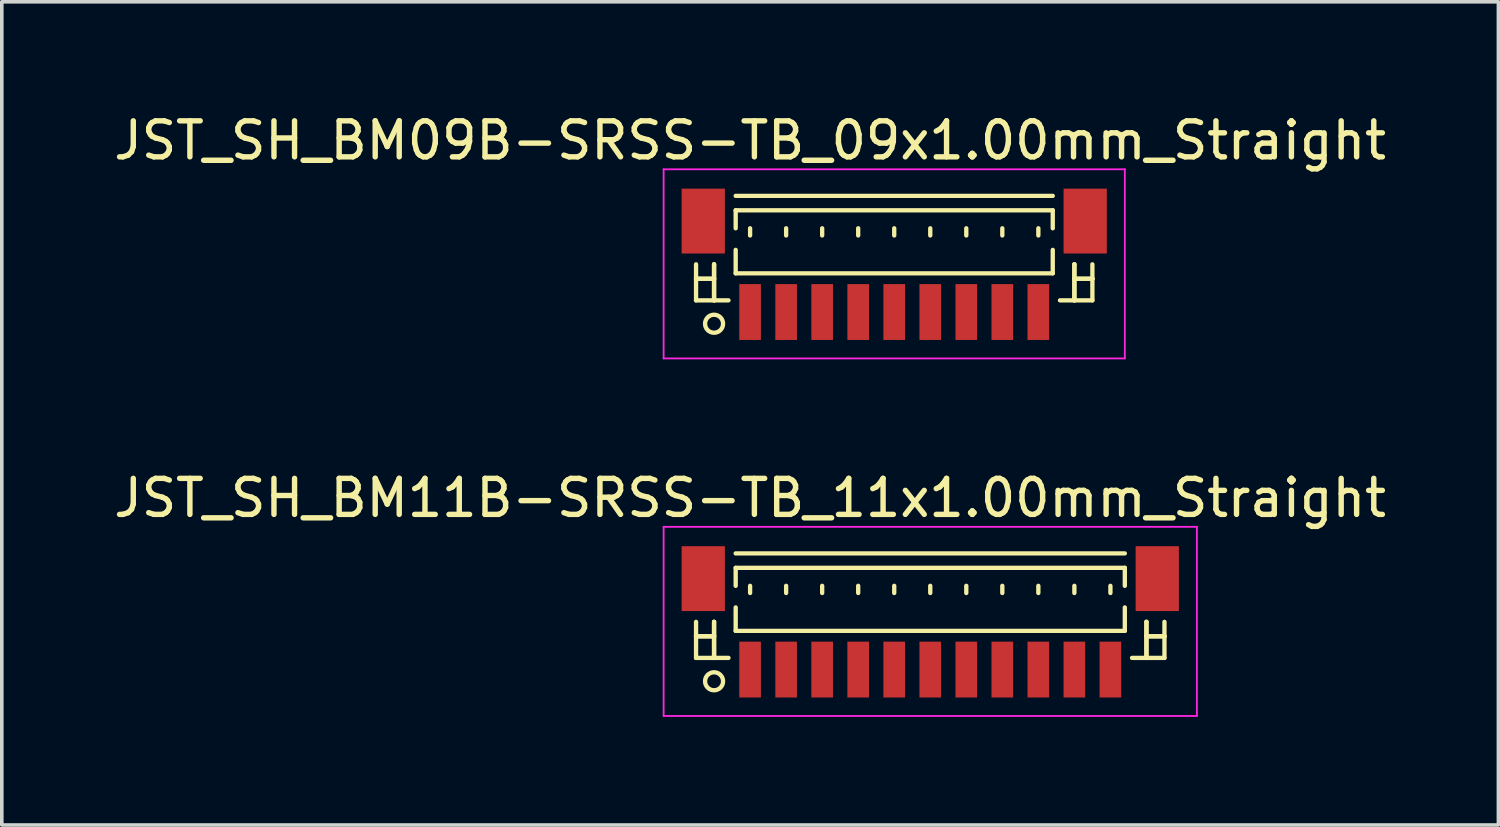
<source format=kicad_pcb>
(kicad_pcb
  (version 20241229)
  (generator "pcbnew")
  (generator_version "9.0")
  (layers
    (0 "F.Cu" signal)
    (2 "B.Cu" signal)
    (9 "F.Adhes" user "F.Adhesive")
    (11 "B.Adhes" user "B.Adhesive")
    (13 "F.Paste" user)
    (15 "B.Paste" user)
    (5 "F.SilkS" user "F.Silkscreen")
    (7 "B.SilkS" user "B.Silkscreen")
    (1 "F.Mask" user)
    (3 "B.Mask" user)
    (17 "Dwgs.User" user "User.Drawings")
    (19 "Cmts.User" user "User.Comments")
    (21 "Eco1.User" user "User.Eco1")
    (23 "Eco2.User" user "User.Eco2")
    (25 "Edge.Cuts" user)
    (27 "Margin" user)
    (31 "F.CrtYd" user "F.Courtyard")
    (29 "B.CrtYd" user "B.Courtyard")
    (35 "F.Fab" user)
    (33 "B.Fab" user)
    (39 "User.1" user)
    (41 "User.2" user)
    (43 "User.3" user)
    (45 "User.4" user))
  (footprint "JST_SH_BM09B-SRSS-TB_09x1.00mm_Straight"
    (layer "F.Cu")
    (at 21.768 4.348)
    (property "Reference" "JST_SH_BM09B-SRSS-TB_09x1.00mm_Straight" (at -4 -3.5 0) (layer "F.SilkS") (effects (font (size 1 1) (thickness 0.15))))
    (attr smd)
    (fp_line (start -5.5 -0.062) (end -5.5 0.938) (stroke (width 0.12) (type solid)) (layer "F.SilkS"))
    (fp_line (start -5.5 0.338) (end -5.5 0.338) (stroke (width 0.12) (type solid)) (layer "F.SilkS"))
    (fp_line (start -5.5 0.338) (end -5 0.338) (stroke (width 0.12) (type solid)) (layer "F.SilkS"))
    (fp_line (start -5.5 0.938) (end -4.6 0.938) (stroke (width 0.12) (type solid)) (layer "F.SilkS"))
    (fp_line (start -5 -0.062) (end -5 -0.062) (stroke (width 0.12) (type solid)) (layer "F.SilkS"))
    (fp_line (start -5 -0.062) (end -5 0.938) (stroke (width 0.12) (type solid)) (layer "F.SilkS"))
    (fp_line (start -5 0.338) (end -5.5 0.338) (stroke (width 0.12) (type solid)) (layer "F.SilkS"))
    (fp_line (start -5 0.338) (end -5 0.338) (stroke (width 0.12) (type solid)) (layer "F.SilkS"))
    (fp_line (start -5 0.938) (end -5 -0.062) (stroke (width 0.12) (type solid)) (layer "F.SilkS"))
    (fp_line (start -5 0.938) (end -5 0.938) (stroke (width 0.12) (type solid)) (layer "F.SilkS"))
    (fp_line (start -4.4 -1.962) (end 4.4 -1.962) (stroke (width 0.12) (type solid)) (layer "F.SilkS"))
    (fp_line (start -4.4 -1.562) (end 4.4 -1.562) (stroke (width 0.12) (type solid)) (layer "F.SilkS"))
    (fp_line (start -4.4 -1.062) (end -4.4 -1.562) (stroke (width 0.12) (type solid)) (layer "F.SilkS"))
    (fp_line (start -4.4 -0.463) (end -4.4 0.188) (stroke (width 0.12) (type solid)) (layer "F.SilkS"))
    (fp_line (start -4.4 0.188) (end 4.4 0.188) (stroke (width 0.12) (type solid)) (layer "F.SilkS"))
    (fp_line (start -4 -1.062) (end -4 -0.863) (stroke (width 0.12) (type solid)) (layer "F.SilkS"))
    (fp_line (start -3 -1.062) (end -3 -0.863) (stroke (width 0.12) (type solid)) (layer "F.SilkS"))
    (fp_line (start -2 -1.062) (end -2 -0.863) (stroke (width 0.12) (type solid)) (layer "F.SilkS"))
    (fp_line (start -1 -1.062) (end -1 -0.863) (stroke (width 0.12) (type solid)) (layer "F.SilkS"))
    (fp_line (start 0 -1.062) (end 0 -0.863) (stroke (width 0.12) (type solid)) (layer "F.SilkS"))
    (fp_line (start 1 -1.062) (end 1 -0.863) (stroke (width 0.12) (type solid)) (layer "F.SilkS"))
    (fp_line (start 2 -1.062) (end 2 -0.863) (stroke (width 0.12) (type solid)) (layer "F.SilkS"))
    (fp_line (start 3 -1.062) (end 3 -0.863) (stroke (width 0.12) (type solid)) (layer "F.SilkS"))
    (fp_line (start 4 -1.062) (end 4 -0.863) (stroke (width 0.12) (type solid)) (layer "F.SilkS"))
    (fp_line (start 4.4 -1.562) (end 4.4 -1.062) (stroke (width 0.12) (type solid)) (layer "F.SilkS"))
    (fp_line (start 4.4 0.188) (end 4.4 -0.463) (stroke (width 0.12) (type solid)) (layer "F.SilkS"))
    (fp_line (start 5 -0.062) (end 5 -0.062) (stroke (width 0.12) (type solid)) (layer "F.SilkS"))
    (fp_line (start 5 -0.062) (end 5 0.938) (stroke (width 0.12) (type solid)) (layer "F.SilkS"))
    (fp_line (start 5 0.338) (end 5 0.338) (stroke (width 0.12) (type solid)) (layer "F.SilkS"))
    (fp_line (start 5 0.338) (end 5.5 0.338) (stroke (width 0.12) (type solid)) (layer "F.SilkS"))
    (fp_line (start 5 0.938) (end 5 -0.062) (stroke (width 0.12) (type solid)) (layer "F.SilkS"))
    (fp_line (start 5 0.938) (end 5 0.938) (stroke (width 0.12) (type solid)) (layer "F.SilkS"))
    (fp_line (start 5.5 -0.062) (end 5.5 0.938) (stroke (width 0.12) (type solid)) (layer "F.SilkS"))
    (fp_line (start 5.5 0.338) (end 5 0.338) (stroke (width 0.12) (type solid)) (layer "F.SilkS"))
    (fp_line (start 5.5 0.338) (end 5.5 0.338) (stroke (width 0.12) (type solid)) (layer "F.SilkS"))
    (fp_line (start 5.5 0.938) (end 4.6 0.938) (stroke (width 0.12) (type solid)) (layer "F.SilkS"))
    (fp_circle (center -5 1.587) (end -4.75 1.587) (stroke (width 0.12) (type solid)) (fill no) (layer "F.SilkS"))
    (fp_line (start -6.4 -2.7) (end 6.4 -2.7) (stroke (width 0.05) (type solid)) (layer "F.CrtYd"))
    (fp_line (start -6.4 2.55) (end -6.4 -2.7) (stroke (width 0.05) (type solid)) (layer "F.CrtYd"))
    (fp_line (start 6.4 -2.7) (end 6.4 2.55) (stroke (width 0.05) (type solid)) (layer "F.CrtYd"))
    (fp_line (start 6.4 2.55) (end -6.4 2.55) (stroke (width 0.05) (type solid)) (layer "F.CrtYd"))
    (pad "" smd rect (at -5.3 -1.262) (size 1.2 1.8) (layers "F.Cu" "F.Mask" "F.Paste"))
    (pad "" smd rect (at 5.3 -1.262) (size 1.2 1.8) (layers "F.Cu" "F.Mask" "F.Paste"))
    (pad "1" smd rect (at -4 1.262) (size 0.6 1.55) (layers "F.Cu" "F.Mask" "F.Paste"))
    (pad "2" smd rect (at -3 1.262) (size 0.6 1.55) (layers "F.Cu" "F.Mask" "F.Paste"))
    (pad "3" smd rect (at -2 1.262) (size 0.6 1.55) (layers "F.Cu" "F.Mask" "F.Paste"))
    (pad "4" smd rect (at -1 1.262) (size 0.6 1.55) (layers "F.Cu" "F.Mask" "F.Paste"))
    (pad "5" smd rect (at 0 1.262) (size 0.6 1.55) (layers "F.Cu" "F.Mask" "F.Paste"))
    (pad "6" smd rect (at 1 1.262) (size 0.6 1.55) (layers "F.Cu" "F.Mask" "F.Paste"))
    (pad "7" smd rect (at 2 1.262) (size 0.6 1.55) (layers "F.Cu" "F.Mask" "F.Paste"))
    (pad "8" smd rect (at 3 1.262) (size 0.6 1.55) (layers "F.Cu" "F.Mask" "F.Paste"))
    (pad "9" smd rect (at 4 1.262) (size 0.6 1.55) (layers "F.Cu" "F.Mask" "F.Paste")))
  (footprint "JST_SH_BM11B-SRSS-TB_11x1.00mm_Straight"
    (layer "F.Cu")
    (at 22.768 14.271)
    (property "Reference" "JST_SH_BM11B-SRSS-TB_11x1.00mm_Straight" (at -5 -3.5 0) (layer "F.SilkS") (effects (font (size 1 1) (thickness 0.15))))
    (attr smd)
    (fp_line (start -6.5 -0.062) (end -6.5 0.938) (stroke (width 0.12) (type solid)) (layer "F.SilkS"))
    (fp_line (start -6.5 0.338) (end -6.5 0.338) (stroke (width 0.12) (type solid)) (layer "F.SilkS"))
    (fp_line (start -6.5 0.338) (end -6 0.338) (stroke (width 0.12) (type solid)) (layer "F.SilkS"))
    (fp_line (start -6.5 0.938) (end -5.6 0.938) (stroke (width 0.12) (type solid)) (layer "F.SilkS"))
    (fp_line (start -6 -0.062) (end -6 -0.062) (stroke (width 0.12) (type solid)) (layer "F.SilkS"))
    (fp_line (start -6 -0.062) (end -6 0.938) (stroke (width 0.12) (type solid)) (layer "F.SilkS"))
    (fp_line (start -6 0.338) (end -6.5 0.338) (stroke (width 0.12) (type solid)) (layer "F.SilkS"))
    (fp_line (start -6 0.338) (end -6 0.338) (stroke (width 0.12) (type solid)) (layer "F.SilkS"))
    (fp_line (start -6 0.938) (end -6 -0.062) (stroke (width 0.12) (type solid)) (layer "F.SilkS"))
    (fp_line (start -6 0.938) (end -6 0.938) (stroke (width 0.12) (type solid)) (layer "F.SilkS"))
    (fp_line (start -5.4 -1.962) (end 5.4 -1.962) (stroke (width 0.12) (type solid)) (layer "F.SilkS"))
    (fp_line (start -5.4 -1.562) (end 5.4 -1.562) (stroke (width 0.12) (type solid)) (layer "F.SilkS"))
    (fp_line (start -5.4 -1.062) (end -5.4 -1.562) (stroke (width 0.12) (type solid)) (layer "F.SilkS"))
    (fp_line (start -5.4 -0.463) (end -5.4 0.188) (stroke (width 0.12) (type solid)) (layer "F.SilkS"))
    (fp_line (start -5.4 0.188) (end 5.4 0.188) (stroke (width 0.12) (type solid)) (layer "F.SilkS"))
    (fp_line (start -5 -1.062) (end -5 -0.863) (stroke (width 0.12) (type solid)) (layer "F.SilkS"))
    (fp_line (start -4 -1.062) (end -4 -0.863) (stroke (width 0.12) (type solid)) (layer "F.SilkS"))
    (fp_line (start -3 -1.062) (end -3 -0.863) (stroke (width 0.12) (type solid)) (layer "F.SilkS"))
    (fp_line (start -2 -1.062) (end -2 -0.863) (stroke (width 0.12) (type solid)) (layer "F.SilkS"))
    (fp_line (start -1 -1.062) (end -1 -0.863) (stroke (width 0.12) (type solid)) (layer "F.SilkS"))
    (fp_line (start 0 -1.062) (end 0 -0.863) (stroke (width 0.12) (type solid)) (layer "F.SilkS"))
    (fp_line (start 1 -1.062) (end 1 -0.863) (stroke (width 0.12) (type solid)) (layer "F.SilkS"))
    (fp_line (start 2 -1.062) (end 2 -0.863) (stroke (width 0.12) (type solid)) (layer "F.SilkS"))
    (fp_line (start 3 -1.062) (end 3 -0.863) (stroke (width 0.12) (type solid)) (layer "F.SilkS"))
    (fp_line (start 4 -1.062) (end 4 -0.863) (stroke (width 0.12) (type solid)) (layer "F.SilkS"))
    (fp_line (start 5 -1.062) (end 5 -0.863) (stroke (width 0.12) (type solid)) (layer "F.SilkS"))
    (fp_line (start 5.4 -1.562) (end 5.4 -1.062) (stroke (width 0.12) (type solid)) (layer "F.SilkS"))
    (fp_line (start 5.4 0.188) (end 5.4 -0.463) (stroke (width 0.12) (type solid)) (layer "F.SilkS"))
    (fp_line (start 6 -0.062) (end 6 -0.062) (stroke (width 0.12) (type solid)) (layer "F.SilkS"))
    (fp_line (start 6 -0.062) (end 6 0.938) (stroke (width 0.12) (type solid)) (layer "F.SilkS"))
    (fp_line (start 6 0.338) (end 6 0.338) (stroke (width 0.12) (type solid)) (layer "F.SilkS"))
    (fp_line (start 6 0.338) (end 6.5 0.338) (stroke (width 0.12) (type solid)) (layer "F.SilkS"))
    (fp_line (start 6 0.938) (end 6 -0.062) (stroke (width 0.12) (type solid)) (layer "F.SilkS"))
    (fp_line (start 6 0.938) (end 6 0.938) (stroke (width 0.12) (type solid)) (layer "F.SilkS"))
    (fp_line (start 6.5 -0.062) (end 6.5 0.938) (stroke (width 0.12) (type solid)) (layer "F.SilkS"))
    (fp_line (start 6.5 0.338) (end 6 0.338) (stroke (width 0.12) (type solid)) (layer "F.SilkS"))
    (fp_line (start 6.5 0.338) (end 6.5 0.338) (stroke (width 0.12) (type solid)) (layer "F.SilkS"))
    (fp_line (start 6.5 0.938) (end 5.6 0.938) (stroke (width 0.12) (type solid)) (layer "F.SilkS"))
    (fp_circle (center -6 1.587) (end -5.75 1.587) (stroke (width 0.12) (type solid)) (fill no) (layer "F.SilkS"))
    (fp_line (start -7.4 -2.7) (end 7.4 -2.7) (stroke (width 0.05) (type solid)) (layer "F.CrtYd"))
    (fp_line (start -7.4 2.55) (end -7.4 -2.7) (stroke (width 0.05) (type solid)) (layer "F.CrtYd"))
    (fp_line (start 7.4 -2.7) (end 7.4 2.55) (stroke (width 0.05) (type solid)) (layer "F.CrtYd"))
    (fp_line (start 7.4 2.55) (end -7.4 2.55) (stroke (width 0.05) (type solid)) (layer "F.CrtYd"))
    (pad "" smd rect (at -6.3 -1.262) (size 1.2 1.8) (layers "F.Cu" "F.Mask" "F.Paste"))
    (pad "" smd rect (at 6.3 -1.262) (size 1.2 1.8) (layers "F.Cu" "F.Mask" "F.Paste"))
    (pad "1" smd rect (at -5 1.262) (size 0.6 1.55) (layers "F.Cu" "F.Mask" "F.Paste"))
    (pad "2" smd rect (at -4 1.262) (size 0.6 1.55) (layers "F.Cu" "F.Mask" "F.Paste"))
    (pad "3" smd rect (at -3 1.262) (size 0.6 1.55) (layers "F.Cu" "F.Mask" "F.Paste"))
    (pad "4" smd rect (at -2 1.262) (size 0.6 1.55) (layers "F.Cu" "F.Mask" "F.Paste"))
    (pad "5" smd rect (at -1 1.262) (size 0.6 1.55) (layers "F.Cu" "F.Mask" "F.Paste"))
    (pad "6" smd rect (at 0 1.262) (size 0.6 1.55) (layers "F.Cu" "F.Mask" "F.Paste"))
    (pad "7" smd rect (at 1 1.262) (size 0.6 1.55) (layers "F.Cu" "F.Mask" "F.Paste"))
    (pad "8" smd rect (at 2 1.262) (size 0.6 1.55) (layers "F.Cu" "F.Mask" "F.Paste"))
    (pad "9" smd rect (at 3 1.262) (size 0.6 1.55) (layers "F.Cu" "F.Mask" "F.Paste"))
    (pad "10" smd rect (at 4 1.262) (size 0.6 1.55) (layers "F.Cu" "F.Mask" "F.Paste"))
    (pad "11" smd rect (at 5 1.262) (size 0.6 1.55) (layers "F.Cu" "F.Mask" "F.Paste")))
  (gr_rect
    (start -3 -3)
    (end 38.536 19.846)
    (stroke (width 0.1) (type default))
    (fill no)
    (layer "Edge.Cuts")))
</source>
